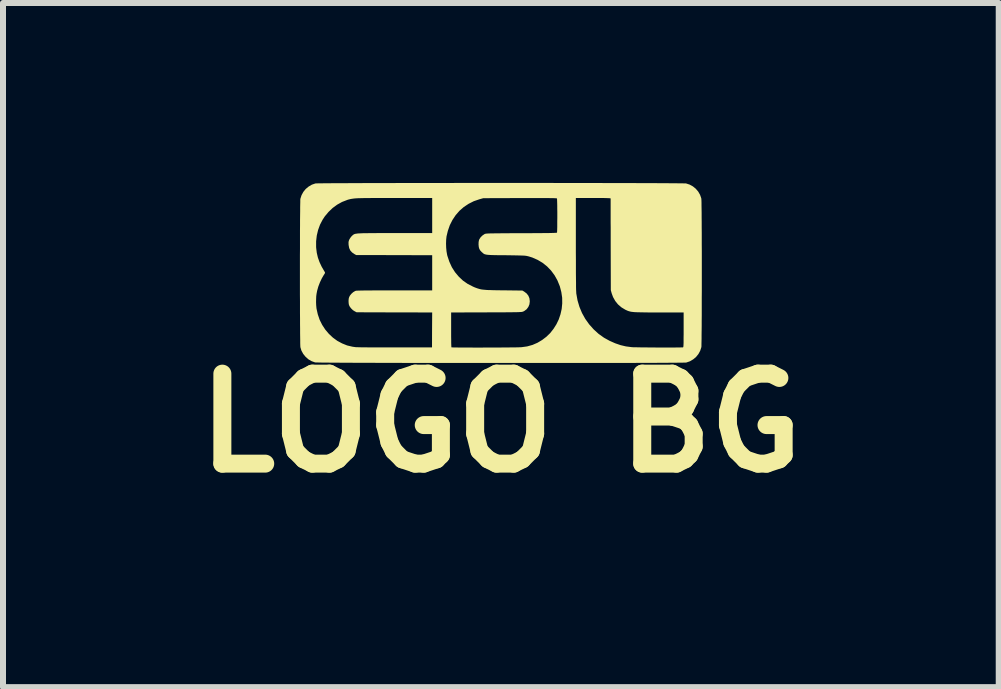
<source format=kicad_pcb>
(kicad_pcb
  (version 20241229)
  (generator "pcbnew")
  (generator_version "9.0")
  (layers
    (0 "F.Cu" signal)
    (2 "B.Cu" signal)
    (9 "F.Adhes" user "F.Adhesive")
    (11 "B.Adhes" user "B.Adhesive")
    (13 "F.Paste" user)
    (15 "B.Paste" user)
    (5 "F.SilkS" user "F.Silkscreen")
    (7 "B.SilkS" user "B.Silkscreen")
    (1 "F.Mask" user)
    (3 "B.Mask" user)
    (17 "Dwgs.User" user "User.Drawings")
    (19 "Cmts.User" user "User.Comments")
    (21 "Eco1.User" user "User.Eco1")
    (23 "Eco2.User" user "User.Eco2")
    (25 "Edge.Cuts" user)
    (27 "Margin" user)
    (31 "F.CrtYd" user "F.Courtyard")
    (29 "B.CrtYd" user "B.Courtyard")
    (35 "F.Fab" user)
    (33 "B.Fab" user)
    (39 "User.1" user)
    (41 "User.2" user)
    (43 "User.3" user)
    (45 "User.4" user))
  (footprint "LOGO BG"
    (layer "F.Cu")
    (at 5.3 1.501)
    (property "Reference" "LOGO BG" (at 0 2.5 0) (layer "F.SilkS") (effects (font (size 1.5 1.5) (thickness 0.3))))
    (attr board_only exclude_from_pos_files exclude_from_bom)
    (fp_poly (pts (xy 0.139 -1.501) (xy 0.314 -1.501) (xy 0.488 -1.501) (xy 0.66 -1.501) (xy 0.831 -1.501) (xy 0.999 -1.5) (xy 1.164 -1.5) (xy 1.326 -1.5) (xy 1.484 -1.5) (xy 1.638 -1.5) (xy 1.787 -1.499) (xy 1.93 -1.499) (xy 2.067 -1.499) (xy 2.198 -1.499) (xy 2.322 -1.498) (xy 2.439 -1.498) (xy 2.547 -1.498) (xy 2.648 -1.497) (xy 2.739 -1.497) (xy 2.821 -1.496) (xy 2.892 -1.496) (xy 2.954 -1.495) (xy 3.004 -1.495) (xy 3.043 -1.494) (xy 3.071 -1.494) (xy 3.085 -1.493) (xy 3.087 -1.493) (xy 3.146 -1.474) (xy 3.201 -1.444) (xy 3.249 -1.405) (xy 3.29 -1.357) (xy 3.321 -1.303) (xy 3.341 -1.245) (xy 3.342 -1.238) (xy 3.343 -1.227) (xy 3.344 -1.204) (xy 3.345 -1.169) (xy 3.345 -1.124) (xy 3.346 -1.068) (xy 3.347 -1.003) (xy 3.347 -0.93) (xy 3.348 -0.85) (xy 3.348 -0.763) (xy 3.349 -0.67) (xy 3.349 -0.571) (xy 3.349 -0.469) (xy 3.35 -0.363) (xy 3.35 -0.255) (xy 3.35 -0.144) (xy 3.35 -0.033) (xy 3.35 0.079) (xy 3.35 0.19) (xy 3.35 0.3) (xy 3.349 0.407) (xy 3.349 0.512) (xy 3.349 0.613) (xy 3.349 0.709) (xy 3.348 0.8) (xy 3.348 0.884) (xy 3.347 0.962) (xy 3.346 1.031) (xy 3.346 1.092) (xy 3.345 1.144) (xy 3.344 1.185) (xy 3.344 1.215) (xy 3.343 1.234) (xy 3.342 1.238) (xy 3.323 1.297) (xy 3.293 1.352) (xy 3.254 1.4) (xy 3.206 1.44) (xy 3.152 1.472) (xy 3.094 1.492) (xy 3.087 1.493) (xy 3.078 1.494) (xy 3.056 1.494) (xy 3.021 1.495) (xy 2.975 1.495) (xy 2.918 1.496) (xy 2.851 1.496) (xy 2.773 1.497) (xy 2.685 1.497) (xy 2.588 1.498) (xy 2.483 1.498) (xy 2.37 1.498) (xy 2.249 1.499) (xy 2.12 1.499) (xy 1.986 1.499) (xy 1.845 1.499) (xy 1.698 1.5) (xy 1.546 1.5) (xy 1.39 1.5) (xy 1.23 1.5) (xy 1.066 1.5) (xy 0.899 1.5) (xy 0.729 1.5) (xy 0.557 1.5) (xy 0.383 1.5) (xy 0.209 1.5) (xy 0.033 1.5) (xy -0.142 1.5) (xy -0.317 1.5) (xy -0.491 1.5) (xy -0.664 1.5) (xy -0.834 1.5) (xy -1.003 1.5) (xy -1.168 1.499) (xy -1.33 1.499) (xy -1.488 1.499) (xy -1.642 1.499) (xy -1.791 1.498) (xy -1.934 1.498) (xy -2.072 1.498) (xy -2.203 1.497) (xy -2.327 1.497) (xy -2.444 1.497) (xy -2.553 1.496) (xy -2.654 1.496) (xy -2.745 1.495) (xy -2.827 1.495) (xy -2.899 1.494) (xy -2.961 1.494) (xy -3.012 1.493) (xy -3.052 1.492) (xy -3.079 1.492) (xy -3.094 1.491) (xy -3.097 1.491) (xy -3.155 1.47) (xy -3.209 1.439) (xy -3.256 1.397) (xy -3.295 1.349) (xy -3.325 1.294) (xy -3.342 1.238) (xy -3.343 1.227) (xy -3.344 1.204) (xy -3.345 1.169) (xy -3.345 1.124) (xy -3.346 1.068) (xy -3.347 1.003) (xy -3.347 0.93) (xy -3.348 0.85) (xy -3.348 0.763) (xy -3.349 0.67) (xy -3.349 0.571) (xy -3.349 0.486) (xy -3.081 0.486) (xy -3.079 0.536) (xy -3.075 0.58) (xy -3.073 0.596) (xy -3.052 0.69) (xy -3.021 0.781) (xy -2.979 0.865) (xy -2.928 0.943) (xy -2.868 1.014) (xy -2.801 1.077) (xy -2.727 1.131) (xy -2.647 1.174) (xy -2.563 1.208) (xy -2.474 1.229) (xy -2.417 1.237) (xy -2.401 1.237) (xy -2.372 1.238) (xy -2.333 1.239) (xy -2.284 1.239) (xy -2.226 1.24) (xy -2.16 1.24) (xy -2.087 1.241) (xy -2.009 1.241) (xy -1.925 1.241) (xy -1.838 1.241) (xy -1.75 1.241) (xy -1.148 1.24) (xy -1.147 0.949) (xy -1.145 0.658) (xy -1.775 0.657) (xy -2.405 0.655) (xy -2.436 0.639) (xy -2.466 0.62) (xy -2.494 0.593) (xy -2.518 0.563) (xy -2.532 0.534) (xy -2.533 0.53) (xy -2.537 0.508) (xy -2.539 0.479) (xy -2.539 0.455) (xy -2.536 0.425) (xy -2.529 0.402) (xy -2.518 0.38) (xy -2.517 0.378) (xy -2.492 0.347) (xy -2.462 0.32) (xy -2.43 0.301) (xy -2.416 0.296) (xy -2.405 0.295) (xy -2.38 0.294) (xy -2.343 0.293) (xy -2.293 0.292) (xy -2.23 0.291) (xy -2.154 0.291) (xy -2.067 0.29) (xy -1.967 0.29) (xy -1.855 0.29) (xy -1.768 0.29) (xy -1.145 0.29) (xy -1.145 -0.003) (xy -1.145 -0.296) (xy -1.778 -0.298) (xy -2.412 -0.299) (xy -2.439 -0.314) (xy -2.48 -0.342) (xy -2.51 -0.375) (xy -2.529 -0.416) (xy -2.538 -0.465) (xy -2.539 -0.476) (xy -2.539 -0.49) (xy -0.914 -0.49) (xy -0.912 -0.424) (xy -0.906 -0.36) (xy -0.896 -0.303) (xy -0.892 -0.287) (xy -0.859 -0.188) (xy -0.817 -0.096) (xy -0.764 -0.013) (xy -0.702 0.061) (xy -0.632 0.127) (xy -0.553 0.182) (xy -0.465 0.227) (xy -0.438 0.239) (xy -0.412 0.249) (xy -0.389 0.257) (xy -0.366 0.264) (xy -0.344 0.27) (xy -0.319 0.275) (xy -0.292 0.278) (xy -0.26 0.281) (xy -0.222 0.284) (xy -0.177 0.285) (xy -0.123 0.287) (xy -0.059 0.288) (xy 0.016 0.289) (xy 0.043 0.289) (xy 0.359 0.293) (xy 0.388 0.31) (xy 0.429 0.341) (xy 0.458 0.378) (xy 0.476 0.421) (xy 0.482 0.471) (xy 0.482 0.474) (xy 0.476 0.523) (xy 0.458 0.566) (xy 0.43 0.604) (xy 0.391 0.633) (xy 0.376 0.641) (xy 0.37 0.643) (xy 0.365 0.645) (xy 0.358 0.647) (xy 0.349 0.649) (xy 0.338 0.65) (xy 0.322 0.651) (xy 0.303 0.652) (xy 0.278 0.653) (xy 0.246 0.654) (xy 0.208 0.654) (xy 0.162 0.655) (xy 0.107 0.655) (xy 0.042 0.656) (xy -0.032 0.656) (xy -0.119 0.656) (xy -0.217 0.656) (xy -0.242 0.657) (xy -0.829 0.658) (xy -0.829 0.947) (xy -0.829 1.007) (xy -0.829 1.063) (xy -0.828 1.114) (xy -0.828 1.158) (xy -0.827 1.194) (xy -0.826 1.22) (xy -0.825 1.236) (xy -0.825 1.239) (xy -0.817 1.24) (xy -0.798 1.241) (xy -0.768 1.242) (xy -0.728 1.242) (xy -0.68 1.243) (xy -0.624 1.243) (xy -0.561 1.243) (xy -0.494 1.243) (xy -0.423 1.244) (xy -0.349 1.244) (xy -0.273 1.243) (xy -0.196 1.243) (xy -0.121 1.243) (xy -0.047 1.243) (xy 0.024 1.242) (xy 0.091 1.242) (xy 0.153 1.241) (xy 0.209 1.241) (xy 0.257 1.24) (xy 0.296 1.239) (xy 0.326 1.238) (xy 0.345 1.237) (xy 0.345 1.237) (xy 0.439 1.224) (xy 0.528 1.199) (xy 0.611 1.163) (xy 0.688 1.117) (xy 0.759 1.063) (xy 0.823 1.001) (xy 0.878 0.931) (xy 0.926 0.855) (xy 0.965 0.774) (xy 0.994 0.688) (xy 1.014 0.599) (xy 1.023 0.507) (xy 1.022 0.413) (xy 1.008 0.318) (xy 0.983 0.222) (xy 0.981 0.217) (xy 0.943 0.124) (xy 0.895 0.038) (xy 0.837 -0.04) (xy 0.771 -0.109) (xy 0.696 -0.169) (xy 0.614 -0.218) (xy 0.526 -0.257) (xy 0.469 -0.275) (xy 0.454 -0.279) (xy 0.44 -0.282) (xy 0.427 -0.285) (xy 0.412 -0.287) (xy 0.395 -0.289) (xy 0.373 -0.29) (xy 0.347 -0.291) (xy 0.314 -0.292) (xy 0.273 -0.293) (xy 0.223 -0.294) (xy 0.162 -0.295) (xy 0.09 -0.296) (xy 0.082 -0.296) (xy 0.006 -0.297) (xy -0.058 -0.297) (xy -0.112 -0.298) (xy -0.155 -0.299) (xy -0.191 -0.301) (xy -0.219 -0.303) (xy -0.241 -0.306) (xy -0.259 -0.31) (xy -0.273 -0.314) (xy -0.284 -0.32) (xy -0.294 -0.327) (xy -0.304 -0.336) (xy -0.315 -0.346) (xy -0.316 -0.346) (xy -0.342 -0.373) (xy -0.359 -0.401) (xy -0.368 -0.432) (xy -0.372 -0.472) (xy -0.372 -0.48) (xy -0.371 -0.514) (xy -0.367 -0.538) (xy -0.361 -0.558) (xy -0.359 -0.562) (xy -0.337 -0.596) (xy -0.306 -0.626) (xy -0.273 -0.648) (xy -0.273 -0.648) (xy -0.268 -0.651) (xy -0.262 -0.653) (xy -0.255 -0.654) (xy -0.246 -0.656) (xy -0.233 -0.657) (xy -0.217 -0.658) (xy -0.195 -0.659) (xy -0.168 -0.66) (xy -0.134 -0.66) (xy -0.092 -0.661) (xy -0.043 -0.661) (xy 0.016 -0.662) (xy 0.085 -0.662) (xy 0.164 -0.663) (xy 0.255 -0.663) (xy 0.342 -0.663) (xy 0.448 -0.663) (xy 0.542 -0.664) (xy 0.624 -0.664) (xy 0.695 -0.665) (xy 0.755 -0.665) (xy 0.805 -0.666) (xy 0.846 -0.667) (xy 0.879 -0.668) (xy 0.903 -0.669) (xy 0.92 -0.67) (xy 0.931 -0.671) (xy 0.935 -0.673) (xy 0.936 -0.673) (xy 0.937 -0.681) (xy 0.938 -0.701) (xy 0.939 -0.731) (xy 0.94 -0.769) (xy 0.94 -0.813) (xy 0.94 -0.862) (xy 0.941 -0.914) (xy 0.941 -0.967) (xy 0.941 -1.02) (xy 0.94 -1.071) (xy 0.94 -1.119) (xy 0.939 -1.161) (xy 0.938 -1.196) (xy 0.937 -1.222) (xy 0.936 -1.238) (xy 0.935 -1.242) (xy 0.932 -1.244) (xy 0.924 -1.245) (xy 0.911 -1.246) (xy 0.891 -1.247) (xy 0.865 -1.248) (xy 0.831 -1.248) (xy 0.788 -1.249) (xy 0.737 -1.249) (xy 0.676 -1.249) (xy 0.605 -1.249) (xy 0.523 -1.249) (xy 0.429 -1.249) (xy 0.322 -1.249) (xy 0.319 -1.249) (xy -0.293 -1.247) (xy -0.357 -1.229) (xy -0.451 -1.197) (xy -0.538 -1.153) (xy -0.618 -1.1) (xy -0.69 -1.037) (xy -0.753 -0.965) (xy -0.807 -0.884) (xy -0.851 -0.797) (xy -0.884 -0.702) (xy -0.906 -0.61) (xy -0.912 -0.554) (xy -0.914 -0.49) (xy -2.539 -0.49) (xy -2.54 -0.504) (xy -2.538 -0.524) (xy -2.533 -0.542) (xy -2.524 -0.563) (xy -2.509 -0.587) (xy -2.49 -0.611) (xy -2.48 -0.621) (xy -2.472 -0.628) (xy -2.464 -0.635) (xy -2.457 -0.64) (xy -2.449 -0.645) (xy -2.439 -0.649) (xy -2.426 -0.653) (xy -2.411 -0.655) (xy -2.391 -0.658) (xy -2.366 -0.66) (xy -2.336 -0.661) (xy -2.299 -0.663) (xy -2.255 -0.663) (xy -2.203 -0.664) (xy -2.141 -0.664) (xy -2.07 -0.665) (xy -1.989 -0.665) (xy -1.896 -0.665) (xy -1.79 -0.665) (xy -1.769 -0.665) (xy -1.145 -0.665) (xy -1.145 -0.957) (xy -1.145 -1.25) (xy 1.25 -1.25) (xy 1.25 -0.482) (xy 1.25 -0.342) (xy 1.251 -0.215) (xy 1.251 -0.101) (xy 1.251 -0.000344) (xy 1.252 0.088) (xy 1.253 0.163) (xy 1.253 0.225) (xy 1.254 0.275) (xy 1.256 0.312) (xy 1.257 0.337) (xy 1.258 0.345) (xy 1.278 0.457) (xy 1.31 0.565) (xy 1.353 0.668) (xy 1.407 0.765) (xy 1.472 0.856) (xy 1.546 0.939) (xy 1.628 1.014) (xy 1.719 1.079) (xy 1.813 1.131) (xy 1.906 1.172) (xy 1.996 1.203) (xy 2.085 1.224) (xy 2.178 1.236) (xy 2.188 1.237) (xy 2.208 1.238) (xy 2.238 1.238) (xy 2.277 1.239) (xy 2.325 1.24) (xy 2.378 1.241) (xy 2.437 1.241) (xy 2.499 1.242) (xy 2.564 1.242) (xy 2.629 1.243) (xy 2.695 1.243) (xy 2.758 1.243) (xy 2.818 1.243) (xy 2.874 1.243) (xy 2.923 1.242) (xy 2.966 1.242) (xy 2.999 1.241) (xy 3.023 1.241) (xy 3.035 1.24) (xy 3.036 1.24) (xy 3.039 1.238) (xy 3.041 1.233) (xy 3.043 1.224) (xy 3.044 1.21) (xy 3.045 1.19) (xy 3.046 1.163) (xy 3.046 1.127) (xy 3.046 1.081) (xy 3.047 1.025) (xy 3.047 0.957) (xy 3.047 0.947) (xy 3.047 0.658) (xy 2.64 0.658) (xy 2.55 0.658) (xy 2.471 0.658) (xy 2.404 0.657) (xy 2.346 0.656) (xy 2.297 0.655) (xy 2.256 0.654) (xy 2.222 0.652) (xy 2.194 0.649) (xy 2.17 0.646) (xy 2.149 0.641) (xy 2.131 0.636) (xy 2.114 0.63) (xy 2.098 0.623) (xy 2.081 0.615) (xy 2.076 0.613) (xy 2.01 0.573) (xy 1.953 0.524) (xy 1.907 0.467) (xy 1.87 0.401) (xy 1.847 0.338) (xy 1.833 0.286) (xy 1.831 -0.474) (xy 1.831 -0.573) (xy 1.831 -0.668) (xy 1.831 -0.759) (xy 1.83 -0.845) (xy 1.83 -0.924) (xy 1.83 -0.997) (xy 1.83 -1.062) (xy 1.83 -1.118) (xy 1.83 -1.165) (xy 1.83 -1.201) (xy 1.83 -1.227) (xy 1.83 -1.24) (xy 1.83 -1.242) (xy 1.827 -1.244) (xy 1.818 -1.246) (xy 1.803 -1.247) (xy 1.779 -1.248) (xy 1.747 -1.249) (xy 1.706 -1.25) (xy 1.653 -1.25) (xy 1.589 -1.25) (xy 1.54 -1.25) (xy 1.25 -1.25) (xy -1.145 -1.25) (xy -1.776 -1.25) (xy -1.885 -1.25) (xy -1.982 -1.25) (xy -2.068 -1.25) (xy -2.143 -1.25) (xy -2.209 -1.249) (xy -2.265 -1.249) (xy -2.314 -1.248) (xy -2.355 -1.247) (xy -2.391 -1.246) (xy -2.421 -1.244) (xy -2.446 -1.242) (xy -2.468 -1.239) (xy -2.488 -1.236) (xy -2.505 -1.233) (xy -2.521 -1.229) (xy -2.538 -1.225) (xy -2.555 -1.22) (xy -2.563 -1.217) (xy -2.648 -1.184) (xy -2.729 -1.139) (xy -2.804 -1.084) (xy -2.873 -1.018) (xy -2.935 -0.944) (xy -2.973 -0.886) (xy -3.015 -0.805) (xy -3.047 -0.717) (xy -3.069 -0.624) (xy -3.08 -0.529) (xy -3.08 -0.435) (xy -3.079 -0.419) (xy -3.069 -0.337) (xy -3.051 -0.259) (xy -3.024 -0.183) (xy -2.988 -0.106) (xy -2.941 -0.025) (xy -2.935 -0.016) (xy -2.932 -0.008) (xy -2.933 0.002) (xy -2.94 0.016) (xy -2.952 0.033) (xy -2.985 0.09) (xy -3.016 0.155) (xy -3.043 0.225) (xy -3.063 0.296) (xy -3.073 0.348) (xy -3.078 0.387) (xy -3.08 0.435) (xy -3.081 0.486) (xy -3.349 0.486) (xy -3.349 0.469) (xy -3.35 0.363) (xy -3.35 0.255) (xy -3.35 0.144) (xy -3.35 0.033) (xy -3.35 -0.079) (xy -3.35 -0.19) (xy -3.35 -0.3) (xy -3.349 -0.407) (xy -3.349 -0.512) (xy -3.349 -0.613) (xy -3.349 -0.709) (xy -3.348 -0.8) (xy -3.348 -0.884) (xy -3.347 -0.962) (xy -3.346 -1.031) (xy -3.346 -1.092) (xy -3.345 -1.144) (xy -3.344 -1.185) (xy -3.344 -1.215) (xy -3.343 -1.234) (xy -3.342 -1.238) (xy -3.323 -1.297) (xy -3.293 -1.352) (xy -3.254 -1.4) (xy -3.206 -1.44) (xy -3.152 -1.472) (xy -3.094 -1.492) (xy -3.087 -1.493) (xy -3.078 -1.494) (xy -3.056 -1.494) (xy -3.022 -1.495) (xy -2.976 -1.495) (xy -2.919 -1.496) (xy -2.852 -1.496) (xy -2.774 -1.497) (xy -2.686 -1.497) (xy -2.59 -1.497) (xy -2.485 -1.498) (xy -2.371 -1.498) (xy -2.25 -1.499) (xy -2.122 -1.499) (xy -1.988 -1.499) (xy -1.847 -1.499) (xy -1.7 -1.5) (xy -1.549 -1.5) (xy -1.392 -1.5) (xy -1.232 -1.5) (xy -1.068 -1.5) (xy -0.901 -1.5) (xy -0.731 -1.501) (xy -0.559 -1.501) (xy -0.386 -1.501) (xy -0.211 -1.501) (xy -0.036 -1.501)) (stroke (width 0) (type solid)) (fill yes) (layer "F.SilkS")))
  (gr_rect
    (start -3 -3)
    (end 13.6 8.405)
    (stroke (width 0.1) (type default))
    (fill no)
    (layer "Edge.Cuts")))
</source>
